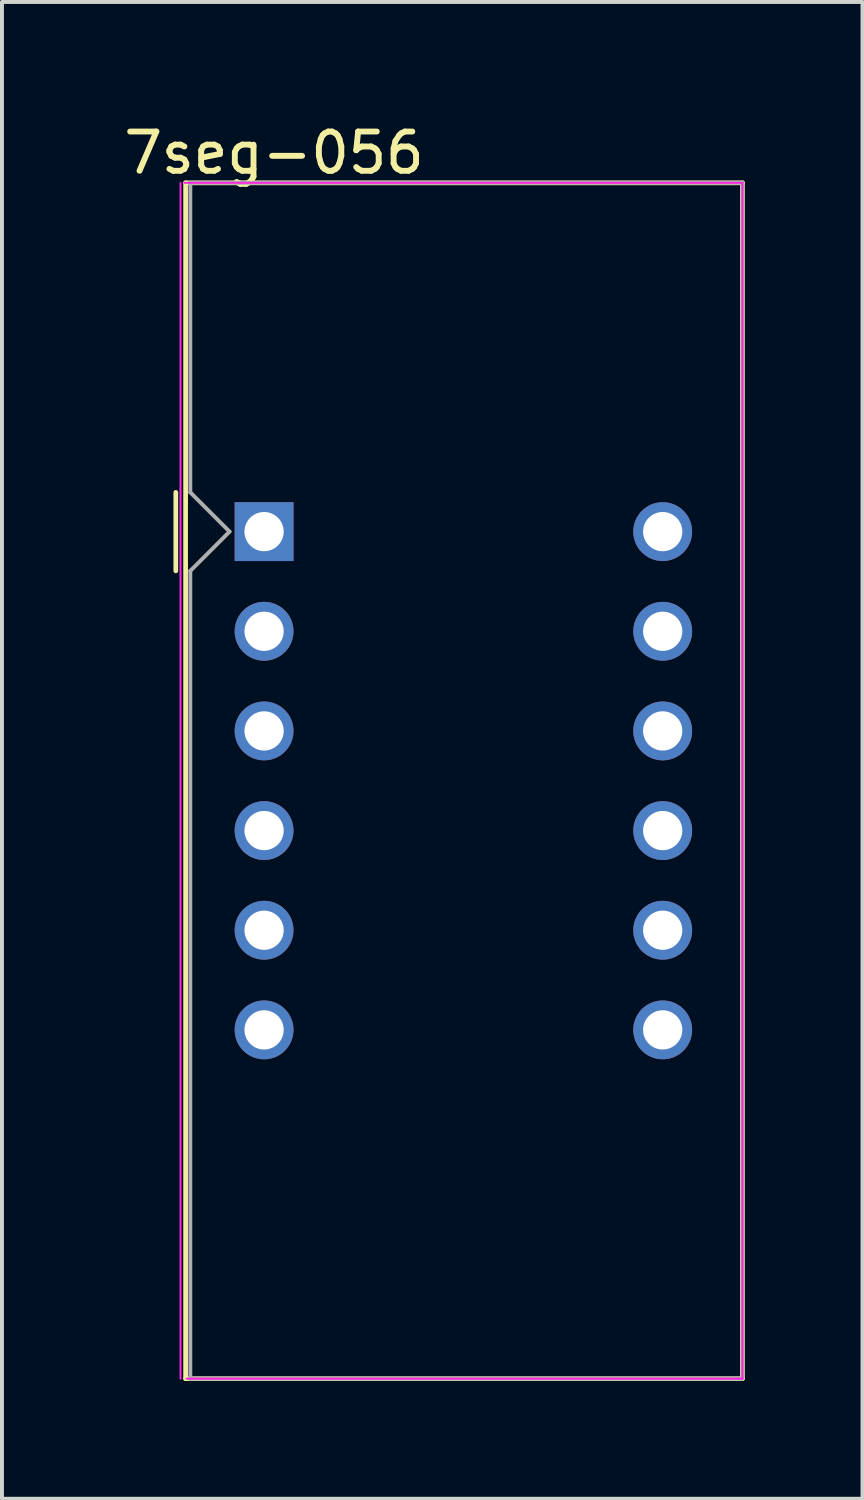
<source format=kicad_pcb>
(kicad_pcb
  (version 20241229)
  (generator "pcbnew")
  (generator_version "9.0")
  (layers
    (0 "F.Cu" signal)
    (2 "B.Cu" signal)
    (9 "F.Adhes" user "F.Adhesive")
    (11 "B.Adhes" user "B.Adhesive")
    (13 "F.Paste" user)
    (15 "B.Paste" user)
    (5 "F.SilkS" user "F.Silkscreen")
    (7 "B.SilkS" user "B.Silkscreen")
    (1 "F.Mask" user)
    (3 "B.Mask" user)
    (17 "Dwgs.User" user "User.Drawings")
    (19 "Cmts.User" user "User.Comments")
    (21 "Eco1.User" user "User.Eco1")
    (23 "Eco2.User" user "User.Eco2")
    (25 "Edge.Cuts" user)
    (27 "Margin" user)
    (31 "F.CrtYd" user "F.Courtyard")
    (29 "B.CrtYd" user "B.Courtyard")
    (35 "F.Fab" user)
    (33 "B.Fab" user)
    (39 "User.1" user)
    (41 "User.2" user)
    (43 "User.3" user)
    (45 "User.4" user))
  (footprint "7seg-056"
    (layer "F.Cu")
    (at 8.761 16.85)
    (property "Reference" "7seg-056" (at -4.826 -16.002 0) (layer "F.SilkS") (effects (font (size 1 1) (thickness 0.15))))
    (attr through_hole)
    (fp_line (start -7.33 -7.35) (end -7.33 -5.35) (stroke (width 0.12) (type solid)) (layer "F.SilkS"))
    (fp_line (start -7.08 -15.24) (end -7.08 15.24) (stroke (width 0.12) (type solid)) (layer "F.SilkS"))
    (fp_line (start -7.08 -15.24) (end 7.112 -15.24) (stroke (width 0.12) (type solid)) (layer "F.SilkS"))
    (fp_line (start -7.08 15.24) (end 7.112 15.24) (stroke (width 0.12) (type solid)) (layer "F.SilkS"))
    (fp_line (start 7.112 15.24) (end 7.112 -15.24) (stroke (width 0.12) (type solid)) (layer "F.SilkS"))
    (fp_line (start -7.21 15.24) (end -7.21 -15.24) (stroke (width 0.05) (type solid)) (layer "F.CrtYd"))
    (fp_line (start -7.112 -15.24) (end 7.112 -15.24) (stroke (width 0.05) (type solid)) (layer "F.CrtYd"))
    (fp_line (start 7.112 -15.24) (end 7.112 15.24) (stroke (width 0.05) (type solid)) (layer "F.CrtYd"))
    (fp_line (start 7.112 15.24) (end -7.054 15.24) (stroke (width 0.05) (type solid)) (layer "F.CrtYd"))
    (fp_line (start -6.96 -15.24) (end 7.112 -15.24) (stroke (width 0.1) (type solid)) (layer "F.Fab"))
    (fp_line (start -6.96 -7.35) (end -6.96 -15.24) (stroke (width 0.1) (type solid)) (layer "F.Fab"))
    (fp_line (start -6.96 -5.35) (end -6.96 15.24) (stroke (width 0.1) (type solid)) (layer "F.Fab"))
    (fp_line (start -6.96 -5.35) (end -5.96 -6.35) (stroke (width 0.1) (type solid)) (layer "F.Fab"))
    (fp_line (start -6.96 15.24) (end 7.112 15.24) (stroke (width 0.1) (type solid)) (layer "F.Fab"))
    (fp_line (start -5.96 -6.35) (end -6.96 -7.35) (stroke (width 0.1) (type solid)) (layer "F.Fab"))
    (fp_line (start 7.112 -15.24) (end 7.112 15.24) (stroke (width 0.1) (type solid)) (layer "F.Fab"))
    (pad "1" thru_hole rect (at -5.08 -6.35) (size 1.5 1.5) (drill 1) (layers "*.Cu" "*.Mask"))
    (pad "2" thru_hole circle (at -5.08 -3.81) (size 1.5 1.5) (drill 1) (layers "*.Cu" "*.Mask"))
    (pad "3" thru_hole circle (at -5.08 -1.27) (size 1.5 1.5) (drill 1) (layers "*.Cu" "*.Mask"))
    (pad "4" thru_hole circle (at -5.08 1.27) (size 1.5 1.5) (drill 1) (layers "*.Cu" "*.Mask"))
    (pad "5" thru_hole circle (at -5.08 3.81) (size 1.5 1.5) (drill 1) (layers "*.Cu" "*.Mask"))
    (pad "6" thru_hole circle (at -5.08 6.35) (size 1.5 1.5) (drill 1) (layers "*.Cu" "*.Mask"))
    (pad "7" thru_hole circle (at 5.08 6.35) (size 1.5 1.5) (drill 1) (layers "*.Cu" "*.Mask"))
    (pad "8" thru_hole circle (at 5.08 3.81) (size 1.5 1.5) (drill 1) (layers "*.Cu" "*.Mask"))
    (pad "9" thru_hole circle (at 5.08 1.27) (size 1.5 1.5) (drill 1) (layers "*.Cu" "*.Mask"))
    (pad "10" thru_hole circle (at 5.08 -1.27) (size 1.5 1.5) (drill 1) (layers "*.Cu" "*.Mask"))
    (pad "11" thru_hole circle (at 5.08 -3.81) (size 1.5 1.5) (drill 1) (layers "*.Cu" "*.Mask"))
    (pad "12" thru_hole circle (at 5.08 -6.35) (size 1.5 1.5) (drill 1) (layers "*.Cu" "*.Mask")))
  (gr_rect
    (start -3 -3)
    (end 18.933 35.15)
    (stroke (width 0.1) (type default))
    (fill no)
    (layer "Edge.Cuts")))
</source>
